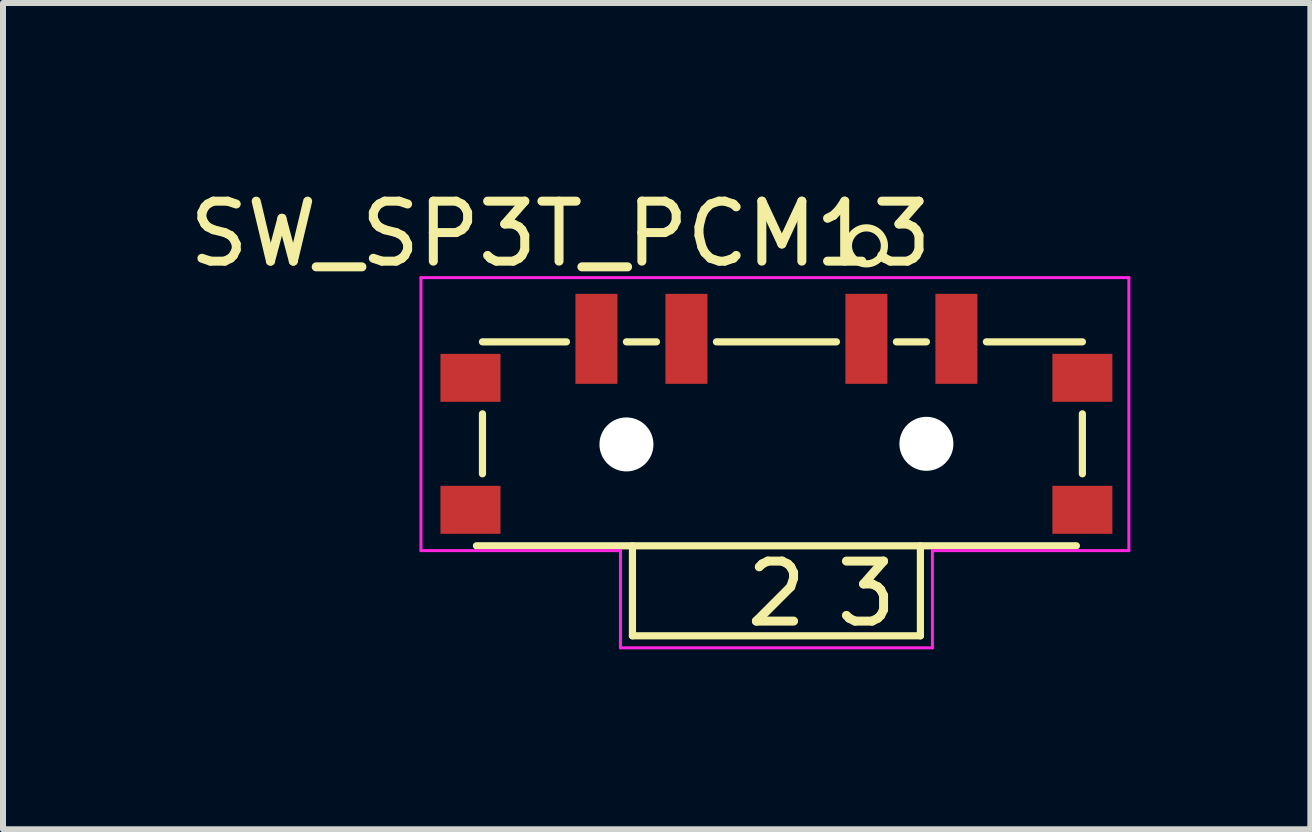
<source format=kicad_pcb>
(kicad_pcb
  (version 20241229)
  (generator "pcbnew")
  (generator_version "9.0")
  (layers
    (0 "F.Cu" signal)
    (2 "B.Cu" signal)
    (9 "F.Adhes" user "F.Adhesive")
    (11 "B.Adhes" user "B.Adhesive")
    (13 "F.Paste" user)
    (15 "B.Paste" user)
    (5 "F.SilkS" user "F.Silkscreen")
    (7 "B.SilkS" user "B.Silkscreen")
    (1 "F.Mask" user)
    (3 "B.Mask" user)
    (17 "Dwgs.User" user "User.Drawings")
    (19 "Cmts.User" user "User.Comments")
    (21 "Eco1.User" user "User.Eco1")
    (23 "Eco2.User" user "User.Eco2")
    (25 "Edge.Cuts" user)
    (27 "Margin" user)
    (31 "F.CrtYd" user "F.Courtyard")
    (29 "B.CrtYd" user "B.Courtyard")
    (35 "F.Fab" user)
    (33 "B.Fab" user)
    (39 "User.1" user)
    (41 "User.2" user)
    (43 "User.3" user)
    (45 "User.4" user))
  (footprint "SW_SP3T_PCM13"
    (layer "F.Cu")
    (at 9.892 4.348)
    (property "Reference" "SW_SP3T_PCM13" (at -3.6 -3.5 0) (layer "F.SilkS") (effects (font (size 1 1) (thickness 0.15))))
    (attr smd)
    (fp_line (start -4.9 0.5) (end -4.9 -0.5) (stroke (width 0.12) (type solid)) (layer "F.SilkS"))
    (fp_line (start -3.5 -1.7) (end -4.9 -1.7) (stroke (width 0.12) (type solid)) (layer "F.SilkS"))
    (fp_line (start -2.5 -1.7) (end -2 -1.7) (stroke (width 0.12) (type solid)) (layer "F.SilkS"))
    (fp_line (start -2.4 1.7) (end -2.4 3.2) (stroke (width 0.12) (type solid)) (layer "F.SilkS"))
    (fp_line (start -2.4 3.2) (end 2.4 3.2) (stroke (width 0.12) (type solid)) (layer "F.SilkS"))
    (fp_line (start -1 -1.7) (end 1 -1.7) (stroke (width 0.12) (type solid)) (layer "F.SilkS"))
    (fp_line (start 2 -1.7) (end 2.5 -1.7) (stroke (width 0.12) (type solid)) (layer "F.SilkS"))
    (fp_line (start 2.4 3.2) (end 2.4 1.7) (stroke (width 0.12) (type solid)) (layer "F.SilkS"))
    (fp_line (start 3.5 -1.7) (end 5.1 -1.7) (stroke (width 0.12) (type solid)) (layer "F.SilkS"))
    (fp_line (start 5 1.7) (end -5 1.7) (stroke (width 0.12) (type solid)) (layer "F.SilkS"))
    (fp_line (start 5.1 -0.5) (end 5.1 0.5) (stroke (width 0.12) (type solid)) (layer "F.SilkS"))
    (fp_circle (center 1.5 -3.3) (end 1.8 -3.3) (stroke (width 0.12) (type solid)) (fill no) (layer "F.SilkS"))
    (fp_line (start -5.925 -2.77) (end 5.875 -2.77) (stroke (width 0.05) (type solid)) (layer "F.CrtYd"))
    (fp_line (start -5.925 1.78) (end -5.925 -2.77) (stroke (width 0.05) (type solid)) (layer "F.CrtYd"))
    (fp_line (start -2.6 1.78) (end -5.925 1.78) (stroke (width 0.05) (type solid)) (layer "F.CrtYd"))
    (fp_line (start -2.6 3.4) (end -2.6 1.78) (stroke (width 0.05) (type solid)) (layer "F.CrtYd"))
    (fp_line (start 2.6 1.78) (end 2.6 3.4) (stroke (width 0.05) (type solid)) (layer "F.CrtYd"))
    (fp_line (start 2.6 3.4) (end -2.6 3.4) (stroke (width 0.05) (type solid)) (layer "F.CrtYd"))
    (fp_line (start 5.875 -2.77) (end 5.875 1.78) (stroke (width 0.05) (type solid)) (layer "F.CrtYd"))
    (fp_line (start 5.875 1.78) (end 2.6 1.78) (stroke (width 0.05) (type solid)) (layer "F.CrtYd"))
    (fp_text user "3" (at 1.5 2.5 0) (unlocked yes) (layer "F.SilkS") (effects (font (size 1 1) (thickness 0.15))))
    (fp_text user "2" (at 0 2.5 0) (unlocked yes) (layer "F.SilkS") (effects (font (size 1 1) (thickness 0.15))))
    (pad "" smd rect (at -5.1 -1.1) (size 1 0.8) (layers "F.Cu" "F.Mask" "F.Paste"))
    (pad "" smd rect (at -5.1 1.1) (size 1 0.8) (layers "F.Cu" "F.Mask" "F.Paste"))
    (pad "" np_thru_hole circle (at -2.5 0.01) (size 0.9 0.9) (drill 0.9) (layers "*.Cu" "*.Mask"))
    (pad "" np_thru_hole circle (at 2.5 0) (size 0.9 0.9) (drill 0.9) (layers "*.Cu" "*.Mask"))
    (pad "" smd rect (at 5.1 -1.1) (size 1 0.8) (layers "F.Cu" "F.Mask" "F.Paste"))
    (pad "" smd rect (at 5.1 1.1) (size 1 0.8) (layers "F.Cu" "F.Mask" "F.Paste"))
    (pad "1" smd rect (at -3 -1.75) (size 0.7 1.5) (layers "F.Cu" "F.Mask" "F.Paste"))
    (pad "2" smd rect (at -1.5 -1.75) (size 0.7 1.5) (layers "F.Cu" "F.Mask" "F.Paste"))
    (pad "3" smd rect (at 1.5 -1.75) (size 0.7 1.5) (layers "F.Cu" "F.Mask" "F.Paste"))
    (pad "4" smd rect (at 3 -1.75) (size 0.7 1.5) (layers "F.Cu" "F.Mask" "F.Paste")))
  (gr_rect
    (start -3 -3)
    (end 18.792 10.773)
    (stroke (width 0.1) (type default))
    (fill no)
    (layer "Edge.Cuts")))
</source>
